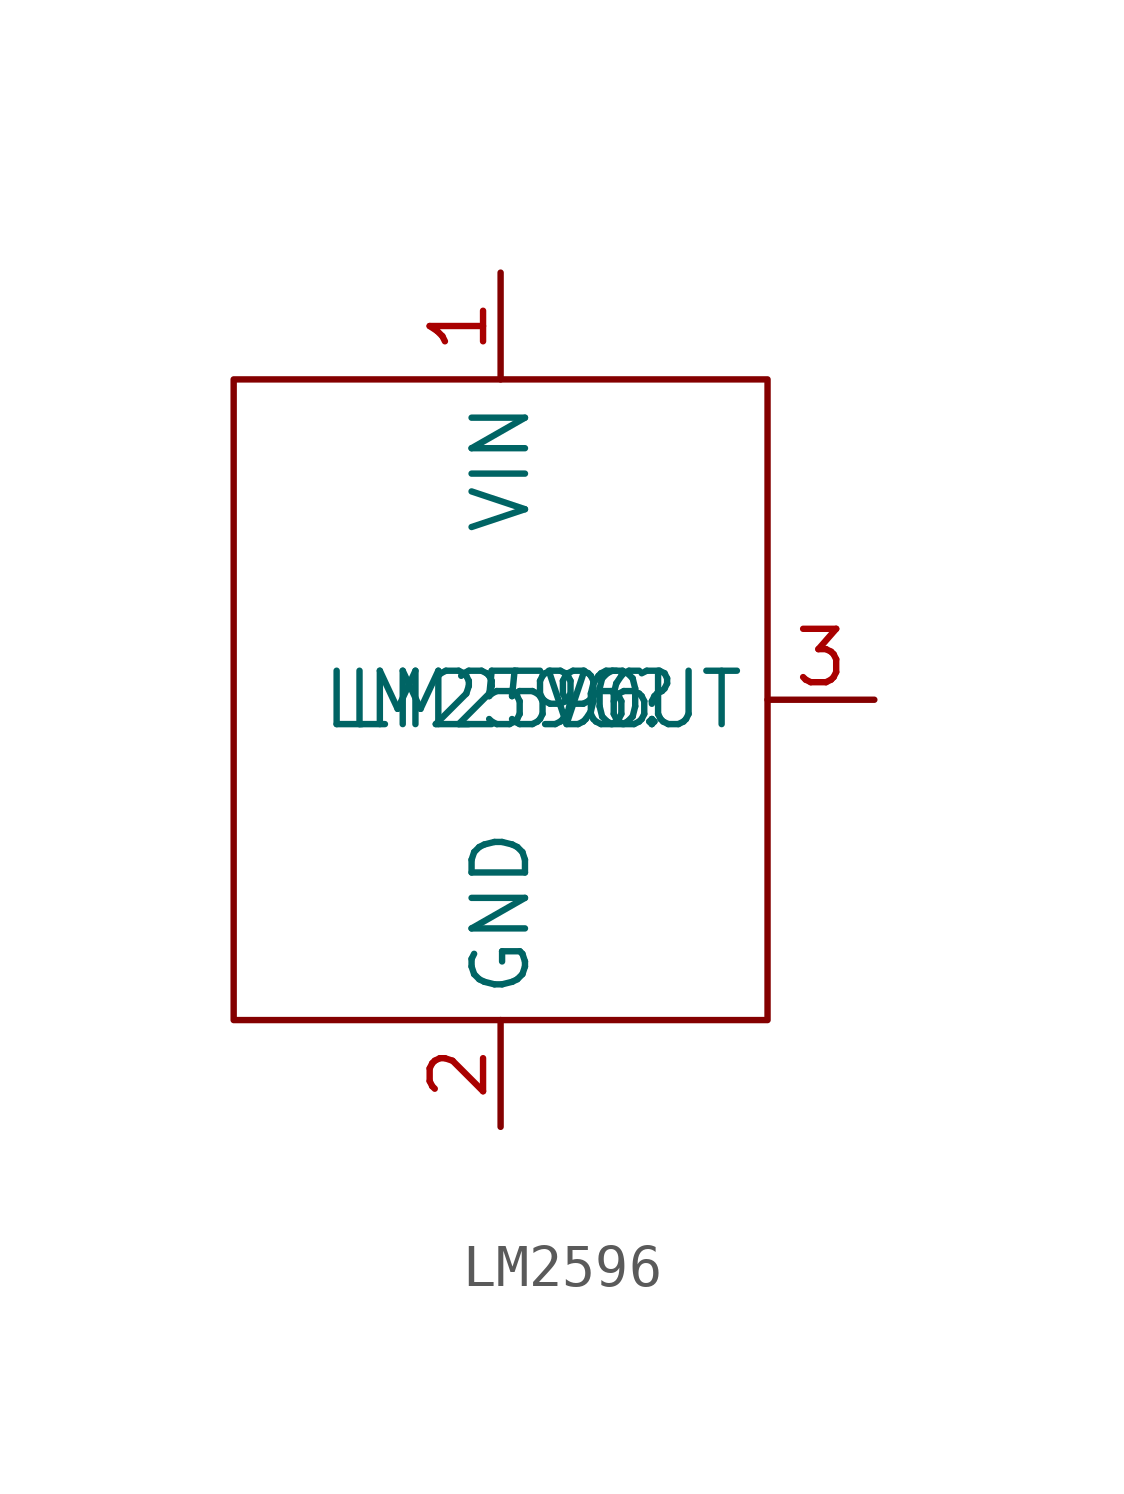
<source format=kicad_sym>
(kicad_symbol_lib
  (version 20231120)
  (generator "kicad_symbol_editor")
  (generator_version "8.0")
  (symbol "LM2596"
    (property "Reference" "LM2596"
      (at 0 0 0)
      (effects (font (size 1.27 1.27))))
    (property "Value" "LM2596"
      (at 0 0 0)
      (effects (font (size 1.27 1.27))))
    (symbol "LM2596_0_1"
      (rectangle (start -6.35 7.62) (end 6.35 -7.62) (stroke (width 0) (type default)) (fill (type none))))
    (symbol "LM2596_1_1"
      (pin power_in line (at 0 10.16 270) (length 2.54) (name "VIN" (effects (font (size 1.27 1.27)))) (number "1" (effects (font (size 1.27 1.27)))))
      (pin power_in line (at 0 -10.16 90) (length 2.54) (name "GND" (effects (font (size 1.27 1.27)))) (number "2" (effects (font (size 1.27 1.27)))))
      (pin power_out line (at 8.89 0 180) (length 2.54) (name "VOUT" (effects (font (size 1.27 1.27)))) (number "3" (effects (font (size 1.27 1.27))))))))
</source>
